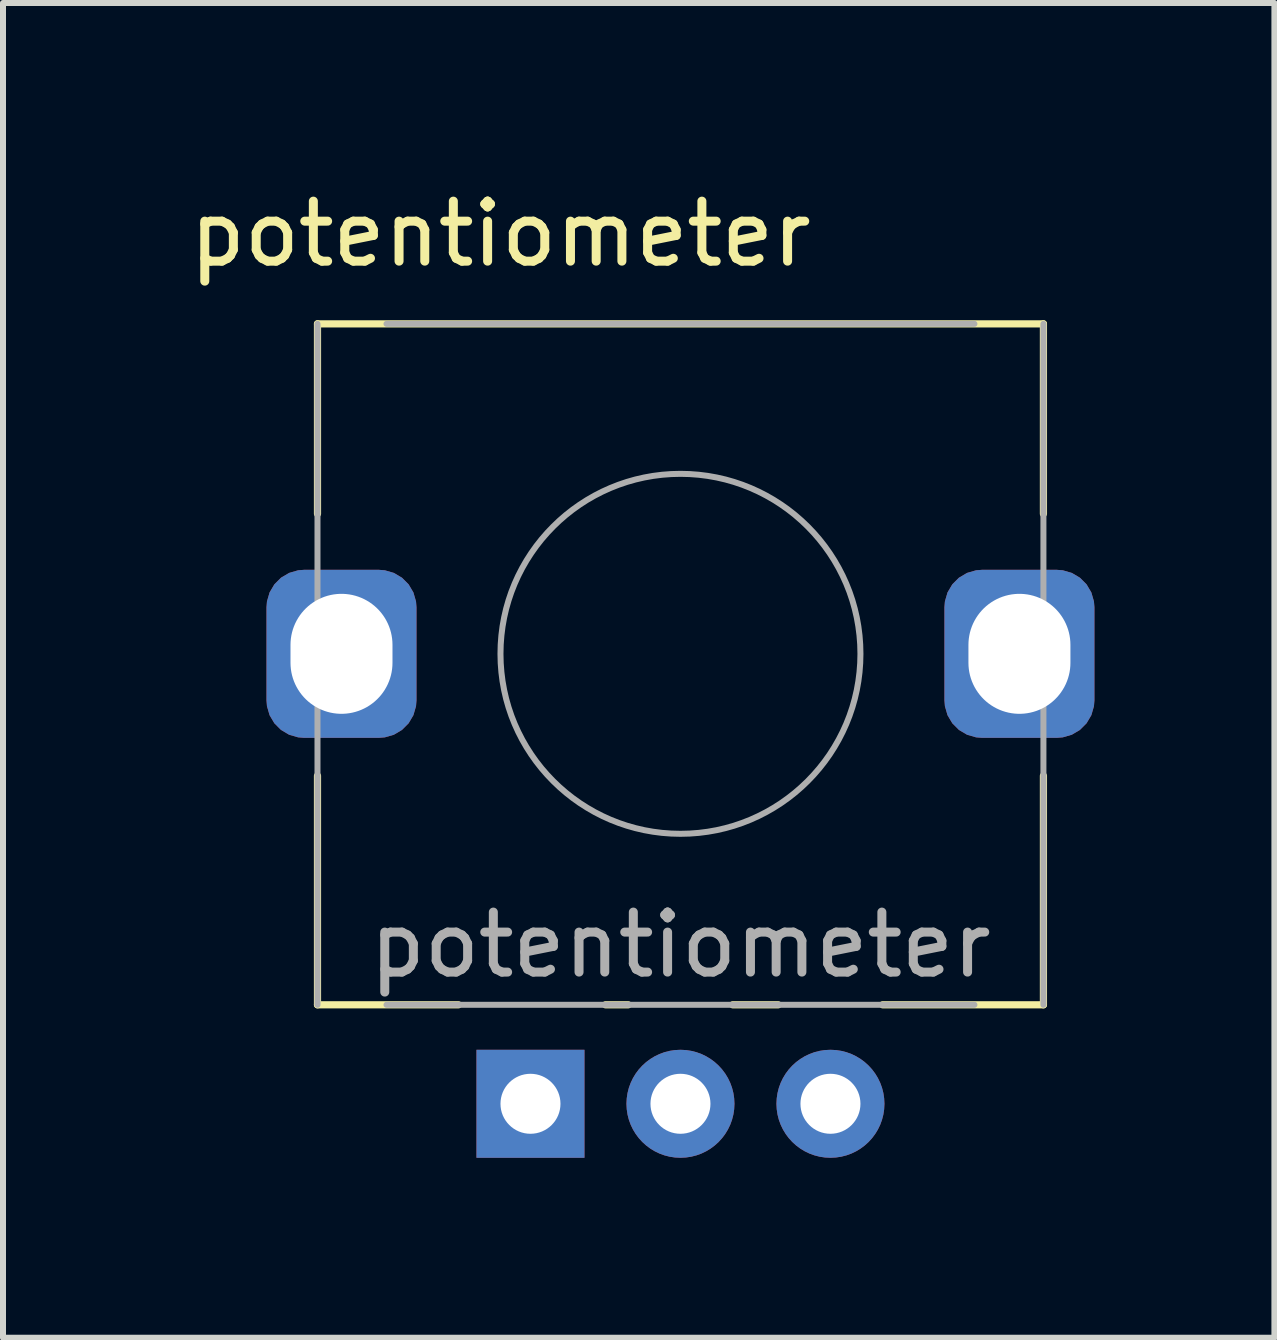
<source format=kicad_pcb>
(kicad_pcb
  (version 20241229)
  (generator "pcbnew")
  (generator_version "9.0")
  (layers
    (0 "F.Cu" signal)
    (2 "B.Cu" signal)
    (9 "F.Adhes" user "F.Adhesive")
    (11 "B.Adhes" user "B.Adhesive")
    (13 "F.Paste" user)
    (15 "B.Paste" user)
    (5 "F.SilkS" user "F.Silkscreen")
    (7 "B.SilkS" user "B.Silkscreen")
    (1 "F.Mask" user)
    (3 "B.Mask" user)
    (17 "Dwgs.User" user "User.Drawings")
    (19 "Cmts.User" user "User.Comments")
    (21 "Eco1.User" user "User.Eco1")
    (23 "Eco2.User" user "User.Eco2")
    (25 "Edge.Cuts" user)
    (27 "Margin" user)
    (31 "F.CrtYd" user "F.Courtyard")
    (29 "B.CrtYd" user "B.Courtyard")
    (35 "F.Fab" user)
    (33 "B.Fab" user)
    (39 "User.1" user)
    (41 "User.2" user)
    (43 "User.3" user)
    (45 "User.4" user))
  (footprint "potentiometer"
    (layer "F.Cu")
    (at 8.292 7.848)
    (property "Reference" "potentiometer" (at -3 -7 180) (layer "F.SilkS") (effects (font (size 1 1) (thickness 0.15))))
    (attr through_hole)
    (fp_line (start -6.05 -5.5) (end 6.05 -5.5) (stroke (width 0.12) (type solid)) (layer "F.SilkS"))
    (fp_line (start -6.05 -2.334) (end -6.05 -5.5) (stroke (width 0.12) (type solid)) (layer "F.SilkS"))
    (fp_line (start -6.05 5.85) (end -6.05 2.033) (stroke (width 0.12) (type solid)) (layer "F.SilkS"))
    (fp_line (start -6.05 5.85) (end -3.7 5.85) (stroke (width 0.12) (type solid)) (layer "F.SilkS"))
    (fp_line (start -1.25 5.85) (end -0.87 5.85) (stroke (width 0.12) (type solid)) (layer "F.SilkS"))
    (fp_line (start 0.871 5.85) (end 1.63 5.85) (stroke (width 0.12) (type solid)) (layer "F.SilkS"))
    (fp_line (start 3.37 5.85) (end 6.05 5.85) (stroke (width 0.12) (type solid)) (layer "F.SilkS"))
    (fp_line (start 6.05 -2.334) (end 6.05 -5.5) (stroke (width 0.12) (type solid)) (layer "F.SilkS"))
    (fp_line (start 6.05 5.85) (end 6.05 2.033) (stroke (width 0.12) (type solid)) (layer "F.SilkS"))
    (fp_line (start -6.05 -5.5) (end -6.05 5.85) (stroke (width 0.1) (type solid)) (layer "F.Fab"))
    (fp_line (start -4.9 5.85) (end 4.9 5.85) (stroke (width 0.1) (type solid)) (layer "F.Fab"))
    (fp_line (start 4.9 -5.5) (end -4.9 -5.5) (stroke (width 0.1) (type solid)) (layer "F.Fab"))
    (fp_line (start 6.05 5.85) (end 6.05 -5.5) (stroke (width 0.1) (type solid)) (layer "F.Fab"))
    (fp_circle (center 0 0) (end 0 -3) (stroke (width 0.1) (type solid)) (fill no) (layer "F.Fab"))
    (fp_text user "${REFERENCE}" (at 0 4.85 180) (layer "F.Fab") (effects (font (size 1 1) (thickness 0.15))))
    (pad "1" thru_hole rect (at -2.5 7.5 90) (size 1.8 1.8) (drill 1) (layers "*.Cu" "*.Mask"))
    (pad "2" thru_hole circle (at 0 7.5 90) (size 1.8 1.8) (drill 1) (layers "*.Cu" "*.Mask"))
    (pad "3" thru_hole circle (at 2.5 7.5 90) (size 1.8 1.8) (drill 1) (layers "*.Cu" "*.Mask"))
    (pad "MP" thru_hole roundrect (at -5.65 0 90) (size 2.8 2.5) (drill oval 2 1.7) (layers "*.Cu" "*.Mask") (roundrect_rratio 0.25))
    (pad "MP" thru_hole roundrect (at 5.65 0 90) (size 2.8 2.5) (drill oval 2 1.7) (layers "*.Cu" "*.Mask") (roundrect_rratio 0.25)))
  (gr_rect
    (start -3 -3)
    (end 18.192 19.248)
    (stroke (width 0.1) (type default))
    (fill no)
    (layer "Edge.Cuts")))
</source>
